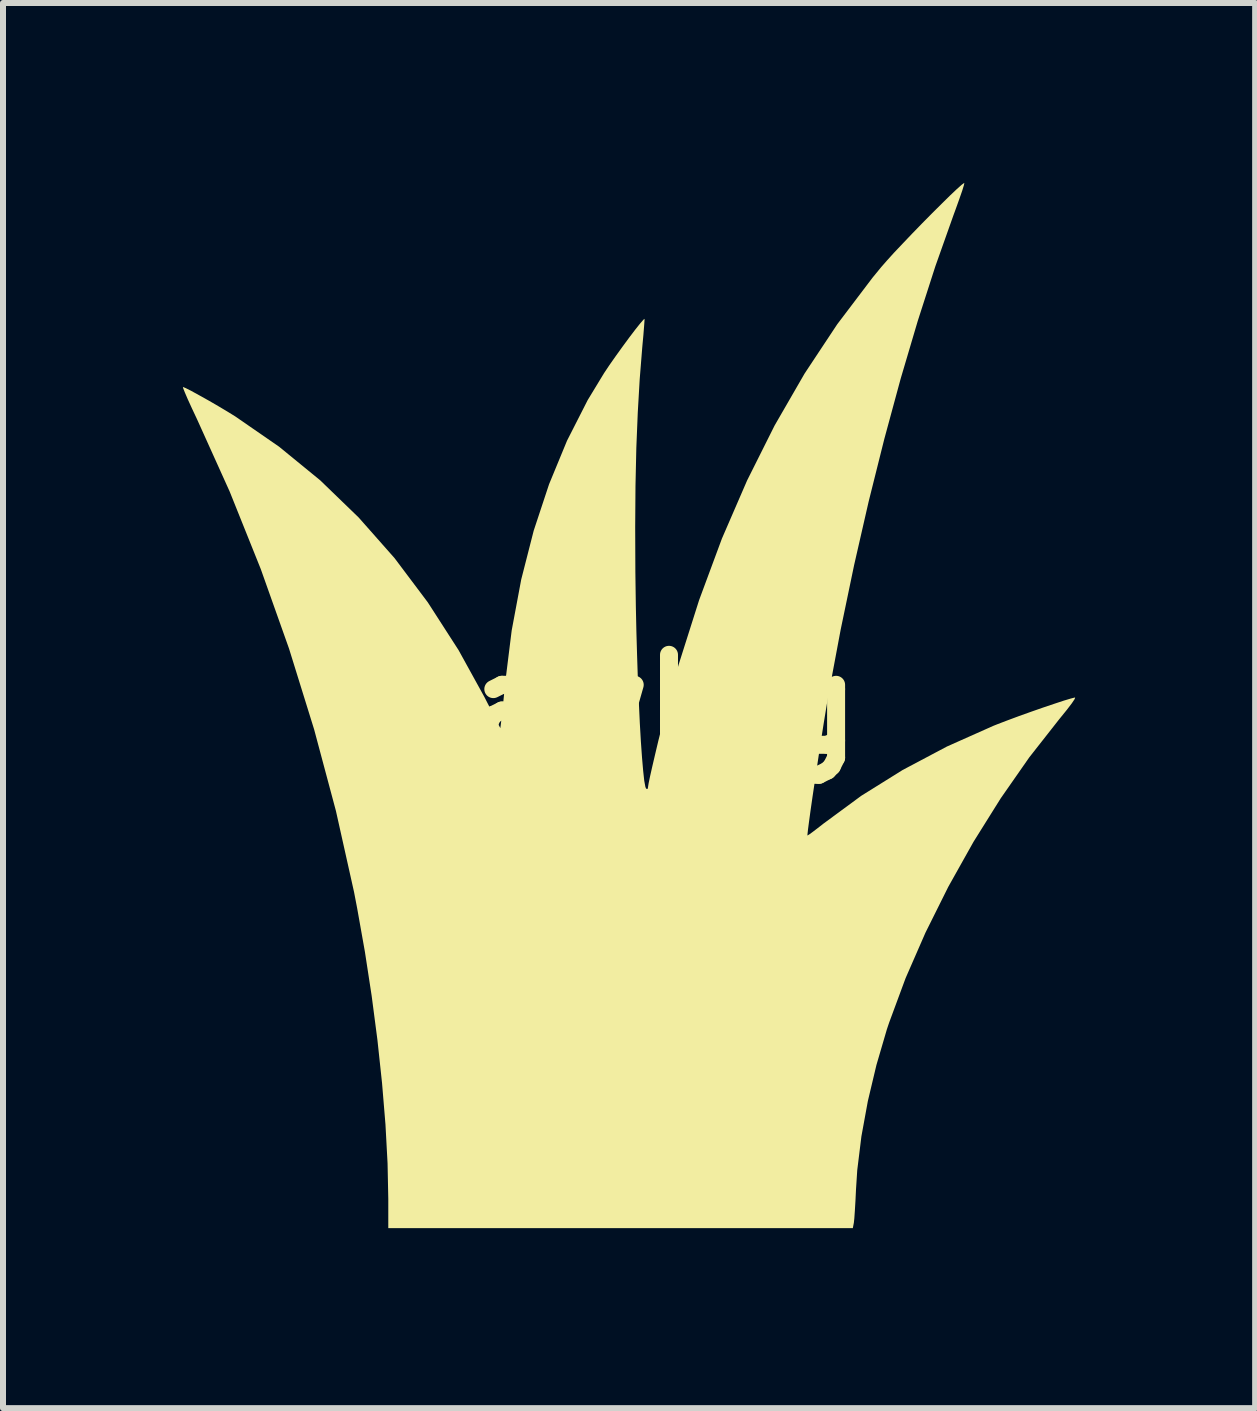
<source format=kicad_pcb>
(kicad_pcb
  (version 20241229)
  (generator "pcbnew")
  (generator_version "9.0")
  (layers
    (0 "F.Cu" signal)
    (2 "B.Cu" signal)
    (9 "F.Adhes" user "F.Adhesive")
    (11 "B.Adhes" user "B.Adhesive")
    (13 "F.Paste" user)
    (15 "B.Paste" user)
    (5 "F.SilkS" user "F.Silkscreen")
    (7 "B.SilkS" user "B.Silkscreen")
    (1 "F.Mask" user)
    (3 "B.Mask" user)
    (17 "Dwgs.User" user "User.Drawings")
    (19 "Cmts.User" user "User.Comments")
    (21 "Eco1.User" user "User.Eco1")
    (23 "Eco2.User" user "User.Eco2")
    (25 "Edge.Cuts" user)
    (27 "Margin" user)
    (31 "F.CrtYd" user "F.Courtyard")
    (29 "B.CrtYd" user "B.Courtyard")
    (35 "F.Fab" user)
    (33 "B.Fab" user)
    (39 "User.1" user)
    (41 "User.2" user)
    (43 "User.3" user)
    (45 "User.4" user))
  (footprint "Lawlog"
    (layer "F.Cu")
    (at 7.424 8.688)
    (property "Reference" "Lawlog" (at 0 0 0) (layer "F.SilkS") (effects (font (size 1.5 1.5) (thickness 0.3))))
    (attr board_only exclude_from_pos_files exclude_from_bom)
    (fp_poly (pts (xy 5.602 -8.688) (xy 5.595 -8.651) (xy 5.566 -8.557) (xy 5.518 -8.419) (xy 5.457 -8.249) (xy 5.419 -8.145) (xy 5.119 -7.299) (xy 4.826 -6.389) (xy 4.541 -5.426) (xy 4.268 -4.42) (xy 4.008 -3.381) (xy 3.765 -2.319) (xy 3.541 -1.244) (xy 3.339 -0.167) (xy 3.321 -0.065) (xy 3.293 0.105) (xy 3.259 0.312) (xy 3.222 0.547) (xy 3.183 0.799) (xy 3.144 1.057) (xy 3.106 1.312) (xy 3.07 1.553) (xy 3.039 1.769) (xy 3.014 1.952) (xy 2.996 2.089) (xy 2.987 2.172) (xy 2.986 2.191) (xy 3.016 2.173) (xy 3.09 2.119) (xy 3.194 2.039) (xy 3.25 1.995) (xy 3.883 1.529) (xy 4.574 1.098) (xy 5.312 0.707) (xy 6.086 0.362) (xy 6.159 0.333) (xy 6.321 0.271) (xy 6.509 0.201) (xy 6.71 0.129) (xy 6.91 0.059) (xy 7.097 -0.004) (xy 7.257 -0.057) (xy 7.377 -0.093) (xy 7.444 -0.11) (xy 7.45 -0.11) (xy 7.441 -0.084) (xy 7.393 -0.012) (xy 7.312 0.094) (xy 7.205 0.226) (xy 7.18 0.257) (xy 6.686 0.886) (xy 6.209 1.57) (xy 5.756 2.294) (xy 5.335 3.045) (xy 4.955 3.808) (xy 4.623 4.568) (xy 4.348 5.311) (xy 4.311 5.421) (xy 4.137 6.015) (xy 3.994 6.616) (xy 3.886 7.207) (xy 3.817 7.768) (xy 3.796 8.093) (xy 3.787 8.28) (xy 3.777 8.447) (xy 3.768 8.575) (xy 3.76 8.649) (xy 3.759 8.653) (xy 3.743 8.736) (xy -0.129 8.736) (xy -4.001 8.736) (xy -4.001 8.249) (xy -4.013 7.656) (xy -4.048 7.008) (xy -4.105 6.318) (xy -4.182 5.599) (xy -4.278 4.864) (xy -4.391 4.128) (xy -4.52 3.403) (xy -4.572 3.132) (xy -4.874 1.78) (xy -5.237 0.423) (xy -5.656 -0.926) (xy -6.127 -2.252) (xy -6.645 -3.543) (xy -7.187 -4.744) (xy -7.272 -4.925) (xy -7.343 -5.08) (xy -7.394 -5.199) (xy -7.422 -5.27) (xy -7.424 -5.286) (xy -7.378 -5.268) (xy -7.283 -5.22) (xy -7.152 -5.148) (xy -6.998 -5.062) (xy -6.834 -4.967) (xy -6.675 -4.872) (xy -6.552 -4.796) (xy -5.821 -4.291) (xy -5.135 -3.73) (xy -4.494 -3.11) (xy -3.896 -2.433) (xy -3.342 -1.696) (xy -2.83 -0.901) (xy -2.4 -0.121) (xy -2.133 0.401) (xy -2.114 0.246) (xy -2.103 0.147) (xy -2.087 -0.003) (xy -2.069 -0.183) (xy -2.053 -0.349) (xy -1.944 -1.227) (xy -1.785 -2.077) (xy -1.577 -2.891) (xy -1.321 -3.665) (xy -1.021 -4.392) (xy -0.677 -5.068) (xy -0.405 -5.516) (xy -0.315 -5.651) (xy -0.209 -5.802) (xy -0.096 -5.959) (xy 0.015 -6.11) (xy 0.116 -6.243) (xy 0.199 -6.347) (xy 0.254 -6.41) (xy 0.271 -6.423) (xy 0.27 -6.389) (xy 0.263 -6.295) (xy 0.252 -6.155) (xy 0.236 -5.982) (xy 0.232 -5.937) (xy 0.19 -5.413) (xy 0.158 -4.861) (xy 0.134 -4.272) (xy 0.12 -3.639) (xy 0.115 -2.952) (xy 0.118 -2.203) (xy 0.12 -2.049) (xy 0.126 -1.628) (xy 0.135 -1.21) (xy 0.147 -0.799) (xy 0.16 -0.404) (xy 0.176 -0.03) (xy 0.192 0.315) (xy 0.21 0.625) (xy 0.229 0.893) (xy 0.248 1.113) (xy 0.266 1.277) (xy 0.285 1.38) (xy 0.298 1.411) (xy 0.324 1.413) (xy 0.33 1.375) (xy 0.339 1.319) (xy 0.363 1.204) (xy 0.4 1.04) (xy 0.447 0.839) (xy 0.501 0.611) (xy 0.53 0.496) (xy 0.837 -0.651) (xy 1.181 -1.735) (xy 1.561 -2.76) (xy 1.981 -3.729) (xy 2.44 -4.646) (xy 2.94 -5.512) (xy 3.483 -6.332) (xy 4.071 -7.108) (xy 4.217 -7.286) (xy 4.308 -7.39) (xy 4.429 -7.524) (xy 4.574 -7.677) (xy 4.733 -7.844) (xy 4.899 -8.015) (xy 5.064 -8.182) (xy 5.221 -8.338) (xy 5.36 -8.475) (xy 5.475 -8.584) (xy 5.558 -8.658) (xy 5.599 -8.688)) (stroke (width 0) (type solid)) (fill yes) (layer "F.SilkS")))
  (gr_rect
    (start -3 -3)
    (end 17.874 20.424)
    (stroke (width 0.1) (type default))
    (fill no)
    (layer "Edge.Cuts")))
</source>
